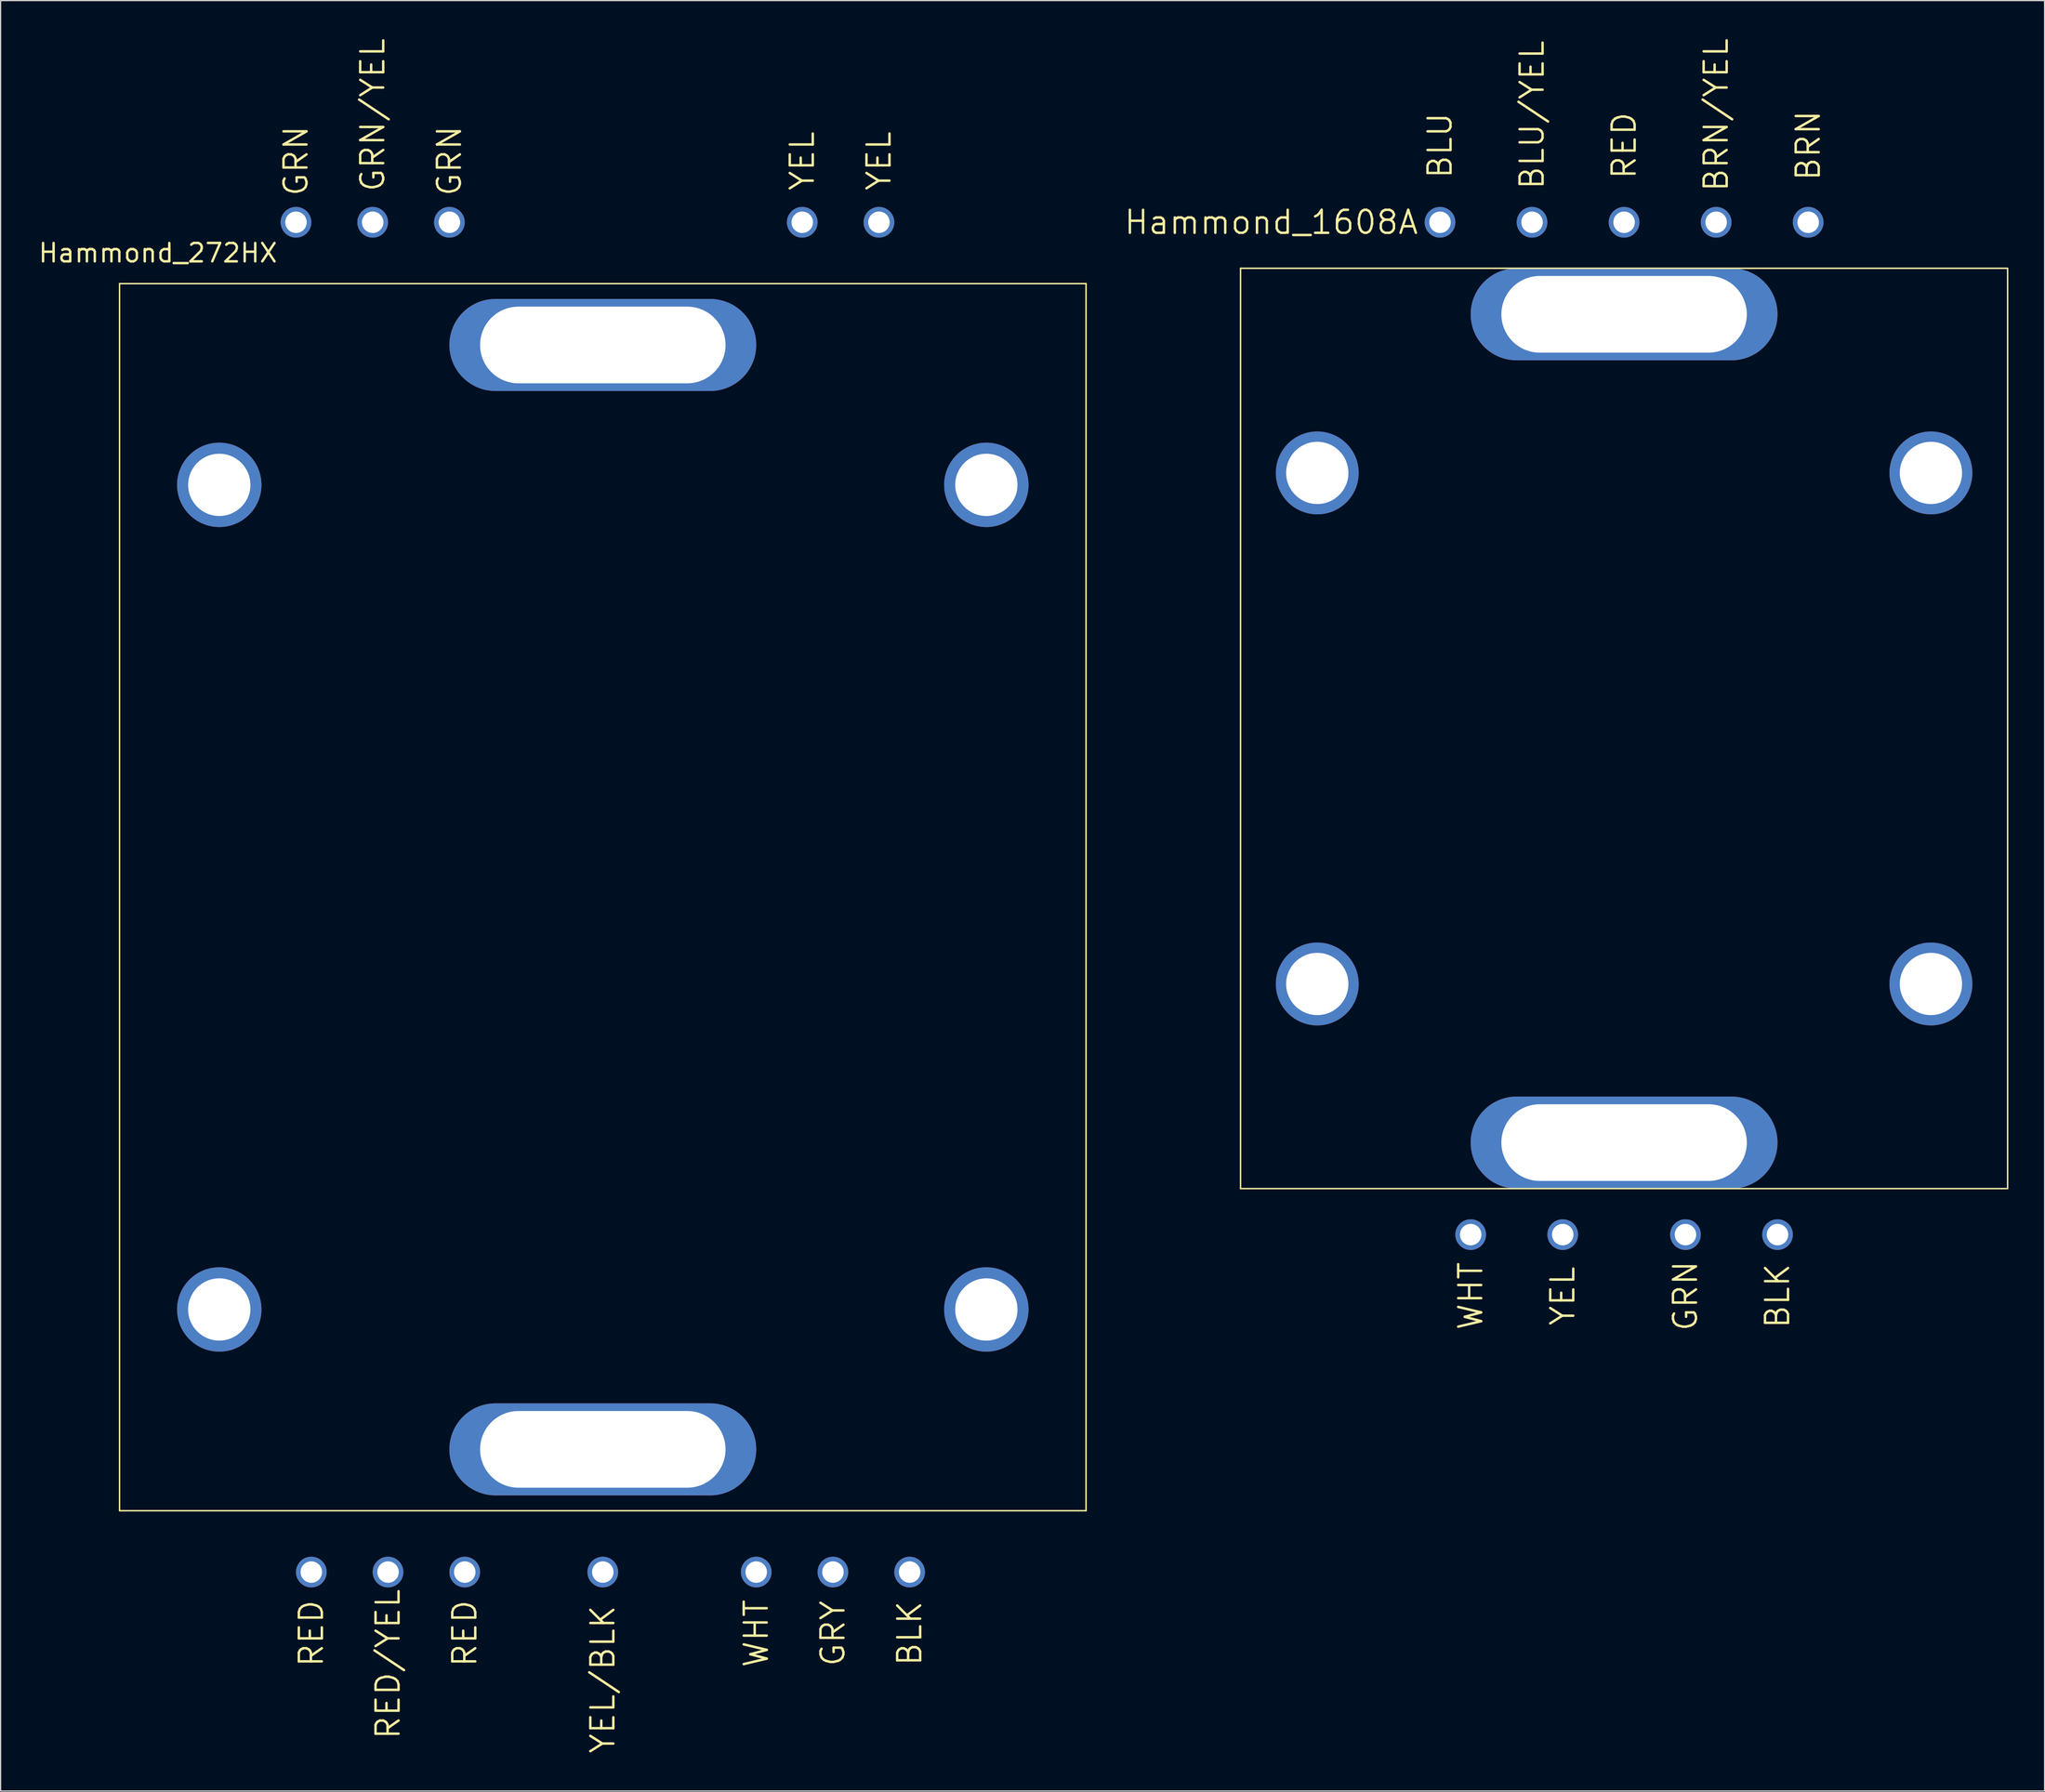
<source format=kicad_pcb>
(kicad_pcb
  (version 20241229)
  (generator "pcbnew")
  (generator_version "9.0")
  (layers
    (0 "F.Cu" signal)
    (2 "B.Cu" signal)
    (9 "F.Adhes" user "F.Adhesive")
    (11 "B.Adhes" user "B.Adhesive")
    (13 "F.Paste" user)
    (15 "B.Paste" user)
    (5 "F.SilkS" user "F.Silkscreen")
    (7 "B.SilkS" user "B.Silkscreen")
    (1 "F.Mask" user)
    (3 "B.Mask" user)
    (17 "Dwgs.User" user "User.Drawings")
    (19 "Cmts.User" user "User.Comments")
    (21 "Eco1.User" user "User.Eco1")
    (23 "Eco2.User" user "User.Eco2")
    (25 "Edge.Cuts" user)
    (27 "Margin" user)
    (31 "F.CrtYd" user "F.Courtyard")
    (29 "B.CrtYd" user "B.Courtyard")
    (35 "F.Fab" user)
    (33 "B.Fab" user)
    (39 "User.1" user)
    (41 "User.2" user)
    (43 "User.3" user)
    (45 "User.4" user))
  (footprint "Hammond_1608A"
    (layer "F.Cu")
    (at 131.397 57.264)
    (property "Reference" "Hammond_1608A" (at -29.21 -41.91 0) (layer "F.SilkS") (effects (font (size 1.905 1.905) (thickness 0.203))))
    (attr through_hole)
    (fp_line (start -31.75 -38.1) (end 31.75 -38.1) (stroke (width 0.12) (type solid)) (layer "F.SilkS"))
    (fp_line (start -31.75 38.1) (end -31.75 -38.1) (stroke (width 0.12) (type solid)) (layer "F.SilkS"))
    (fp_line (start 31.75 -38.1) (end 31.75 38.1) (stroke (width 0.12) (type solid)) (layer "F.SilkS"))
    (fp_line (start 31.75 38.1) (end -31.75 38.1) (stroke (width 0.12) (type solid)) (layer "F.SilkS"))
    (fp_text user "BRN/YEL" (at 7.62 -50.8 90) (layer "F.SilkS") (effects (font (size 1.905 1.905) (thickness 0.203))))
    (fp_text user "WHT" (at -12.7 46.99 90) (layer "F.SilkS") (effects (font (size 1.905 1.905) (thickness 0.203))))
    (fp_text user "BLU" (at -15.24 -48.26 90) (layer "F.SilkS") (effects (font (size 1.905 1.905) (thickness 0.203))))
    (fp_text user "YEL" (at -5.08 46.99 90) (layer "F.SilkS") (effects (font (size 1.905 1.905) (thickness 0.203))))
    (fp_text user "BLU/YEL" (at -7.62 -50.8 90) (layer "F.SilkS") (effects (font (size 1.905 1.905) (thickness 0.203))))
    (fp_text user "BLK" (at 12.7 46.99 90) (layer "F.SilkS") (effects (font (size 1.905 1.905) (thickness 0.203))))
    (fp_text user "BRN" (at 15.24 -48.26 90) (layer "F.SilkS") (effects (font (size 1.905 1.905) (thickness 0.203))))
    (fp_text user "RED" (at 0 -48.26 90) (layer "F.SilkS") (effects (font (size 1.905 1.905) (thickness 0.203))))
    (fp_text user "GRN" (at 5.08 46.99 90) (layer "F.SilkS") (effects (font (size 1.905 1.905) (thickness 0.203))))
    (pad "1" thru_hole circle (at -15.24 -41.91) (size 2.54 2.54) (drill 1.778) (layers "*.Cu" "*.Mask"))
    (pad "2" thru_hole circle (at -7.62 -41.91) (size 2.54 2.54) (drill 1.778) (layers "*.Cu" "*.Mask"))
    (pad "3" thru_hole circle (at 0 -41.91) (size 2.54 2.54) (drill 1.778) (layers "*.Cu" "*.Mask"))
    (pad "4" thru_hole circle (at 7.62 -41.91) (size 2.54 2.54) (drill 1.778) (layers "*.Cu" "*.Mask"))
    (pad "5" thru_hole circle (at 15.24 -41.91) (size 2.54 2.54) (drill 1.778) (layers "*.Cu" "*.Mask"))
    (pad "6" thru_hole circle (at -12.7 41.91) (size 2.54 2.54) (drill 1.778) (layers "*.Cu" "*.Mask"))
    (pad "7" thru_hole circle (at -5.08 41.91) (size 2.54 2.54) (drill 1.778) (layers "*.Cu" "*.Mask"))
    (pad "8" thru_hole circle (at 5.08 41.91) (size 2.54 2.54) (drill 1.778) (layers "*.Cu" "*.Mask"))
    (pad "9" thru_hole circle (at 12.7 41.91) (size 2.54 2.54) (drill 1.778) (layers "*.Cu" "*.Mask"))
    (pad "M1" thru_hole circle (at -25.4 21.158) (size 6.858 6.858) (drill 5.156) (layers "*.Cu" "*.Mask"))
    (pad "M2" thru_hole circle (at -25.4 -21.158) (size 6.858 6.858) (drill 5.156) (layers "*.Cu" "*.Mask"))
    (pad "M3" thru_hole circle (at 25.4 -21.158) (size 6.858 6.858) (drill 5.156) (layers "*.Cu" "*.Mask"))
    (pad "M4" thru_hole circle (at 25.4 21.158) (size 6.858 6.858) (drill 5.156) (layers "*.Cu" "*.Mask"))
    (pad "S1" thru_hole oval (at 0 34.29) (size 25.4 7.62) (drill oval 20.32 6.35) (layers "*.Cu" "*.Mask"))
    (pad "S2" thru_hole oval (at 0 -34.29) (size 25.4 7.62) (drill oval 20.32 6.35) (layers "*.Cu" "*.Mask")))
  (footprint "Hammond_272HX"
    (layer "F.Cu")
    (at 46.852 71.234)
    (property "Reference" "Hammond_272HX" (at -36.83 -53.34 0) (layer "F.SilkS") (effects (font (size 1.524 1.524) (thickness 0.203))))
    (attr through_hole)
    (fp_line (start -40.005 -50.8) (end -40.005 50.8) (stroke (width 0.12) (type solid)) (layer "F.SilkS"))
    (fp_line (start -40.005 50.8) (end 40.005 50.8) (stroke (width 0.12) (type solid)) (layer "F.SilkS"))
    (fp_line (start 40.005 -50.8) (end -40.005 -50.8) (stroke (width 0.12) (type solid)) (layer "F.SilkS"))
    (fp_line (start 40.005 50.8) (end 40.005 -50.8) (stroke (width 0.12) (type solid)) (layer "F.SilkS"))
    (fp_text user "YEL" (at 22.86 -60.96 90) (layer "F.SilkS") (effects (font (size 1.905 1.905) (thickness 0.203))))
    (fp_text user "RED/YEL" (at -17.78 63.5 90) (layer "F.SilkS") (effects (font (size 1.905 1.905) (thickness 0.203))))
    (fp_text user "GRN" (at -25.4 -60.96 90) (layer "F.SilkS") (effects (font (size 1.905 1.905) (thickness 0.203))))
    (fp_text user "GRN/YEL" (at -19.05 -64.77 90) (layer "F.SilkS") (effects (font (size 1.905 1.905) (thickness 0.203))))
    (fp_text user "WHT" (at 12.7 60.96 90) (layer "F.SilkS") (effects (font (size 1.905 1.905) (thickness 0.203))))
    (fp_text user "YEL" (at 16.51 -60.96 90) (layer "F.SilkS") (effects (font (size 1.905 1.905) (thickness 0.203))))
    (fp_text user "GRN" (at -12.7 -60.96 90) (layer "F.SilkS") (effects (font (size 1.905 1.905) (thickness 0.203))))
    (fp_text user "BLK" (at 25.4 60.96 90) (layer "F.SilkS") (effects (font (size 1.905 1.905) (thickness 0.203))))
    (fp_text user "GRY" (at 19.05 60.96 90) (layer "F.SilkS") (effects (font (size 1.905 1.905) (thickness 0.203))))
    (fp_text user "RED" (at -24.13 60.96 90) (layer "F.SilkS") (effects (font (size 1.905 1.905) (thickness 0.203))))
    (fp_text user "YEL/BLK" (at 0 64.77 90) (layer "F.SilkS") (effects (font (size 1.905 1.905) (thickness 0.203))))
    (fp_text user "RED" (at -11.43 60.96 90) (layer "F.SilkS") (effects (font (size 1.905 1.905) (thickness 0.203))))
    (pad "1" thru_hole circle (at 12.7 55.88) (size 2.54 2.54) (drill 1.778) (layers "*.Cu" "*.Mask"))
    (pad "2" thru_hole circle (at 19.05 55.88) (size 2.54 2.54) (drill 1.778) (layers "*.Cu" "*.Mask"))
    (pad "3" thru_hole circle (at 25.4 55.88) (size 2.54 2.54) (drill 1.778) (layers "*.Cu" "*.Mask"))
    (pad "4" thru_hole circle (at 16.51 -55.88) (size 2.54 2.54) (drill 1.778) (layers "*.Cu" "*.Mask"))
    (pad "5" thru_hole circle (at 0 55.88) (size 2.54 2.54) (drill 1.778) (layers "*.Cu" "*.Mask"))
    (pad "6" thru_hole circle (at 22.86 -55.88) (size 2.54 2.54) (drill 1.778) (layers "*.Cu" "*.Mask"))
    (pad "7" thru_hole circle (at -24.13 55.88) (size 2.54 2.54) (drill 1.778) (layers "*.Cu" "*.Mask"))
    (pad "8" thru_hole circle (at -17.78 55.88) (size 2.54 2.54) (drill 1.778) (layers "*.Cu" "*.Mask"))
    (pad "9" thru_hole circle (at -11.43 55.88) (size 2.54 2.54) (drill 1.778) (layers "*.Cu" "*.Mask"))
    (pad "10" thru_hole circle (at -25.4 -55.88) (size 2.54 2.54) (drill 1.778) (layers "*.Cu" "*.Mask"))
    (pad "11" thru_hole circle (at -19.05 -55.88) (size 2.54 2.54) (drill 1.778) (layers "*.Cu" "*.Mask"))
    (pad "12" thru_hole circle (at -12.7 -55.88) (size 2.54 2.54) (drill 1.778) (layers "*.Cu" "*.Mask"))
    (pad "M1" thru_hole circle (at -31.75 -34.138) (size 6.985 6.985) (drill 5.156) (layers "*.Cu" "*.Mask"))
    (pad "M2" thru_hole circle (at 31.75 -34.138) (size 6.985 6.985) (drill 5.156) (layers "*.Cu" "*.Mask"))
    (pad "M3" thru_hole circle (at -31.75 34.138) (size 6.985 6.985) (drill 5.156) (layers "*.Cu" "*.Mask"))
    (pad "M4" thru_hole circle (at 31.75 34.138) (size 6.985 6.985) (drill 5.156) (layers "*.Cu" "*.Mask"))
    (pad "S1" thru_hole oval (at 0 -45.72) (size 25.4 7.62) (drill oval 20.32 6.35) (layers "*.Cu" "*.Mask"))
    (pad "S2" thru_hole oval (at 0 45.72) (size 25.4 7.62) (drill oval 20.32 6.35) (layers "*.Cu" "*.Mask")))
  (gr_rect
    (start -3 -3)
    (end 166.207 145.242)
    (stroke (width 0.1) (type default))
    (fill no)
    (layer "Edge.Cuts")))
</source>
